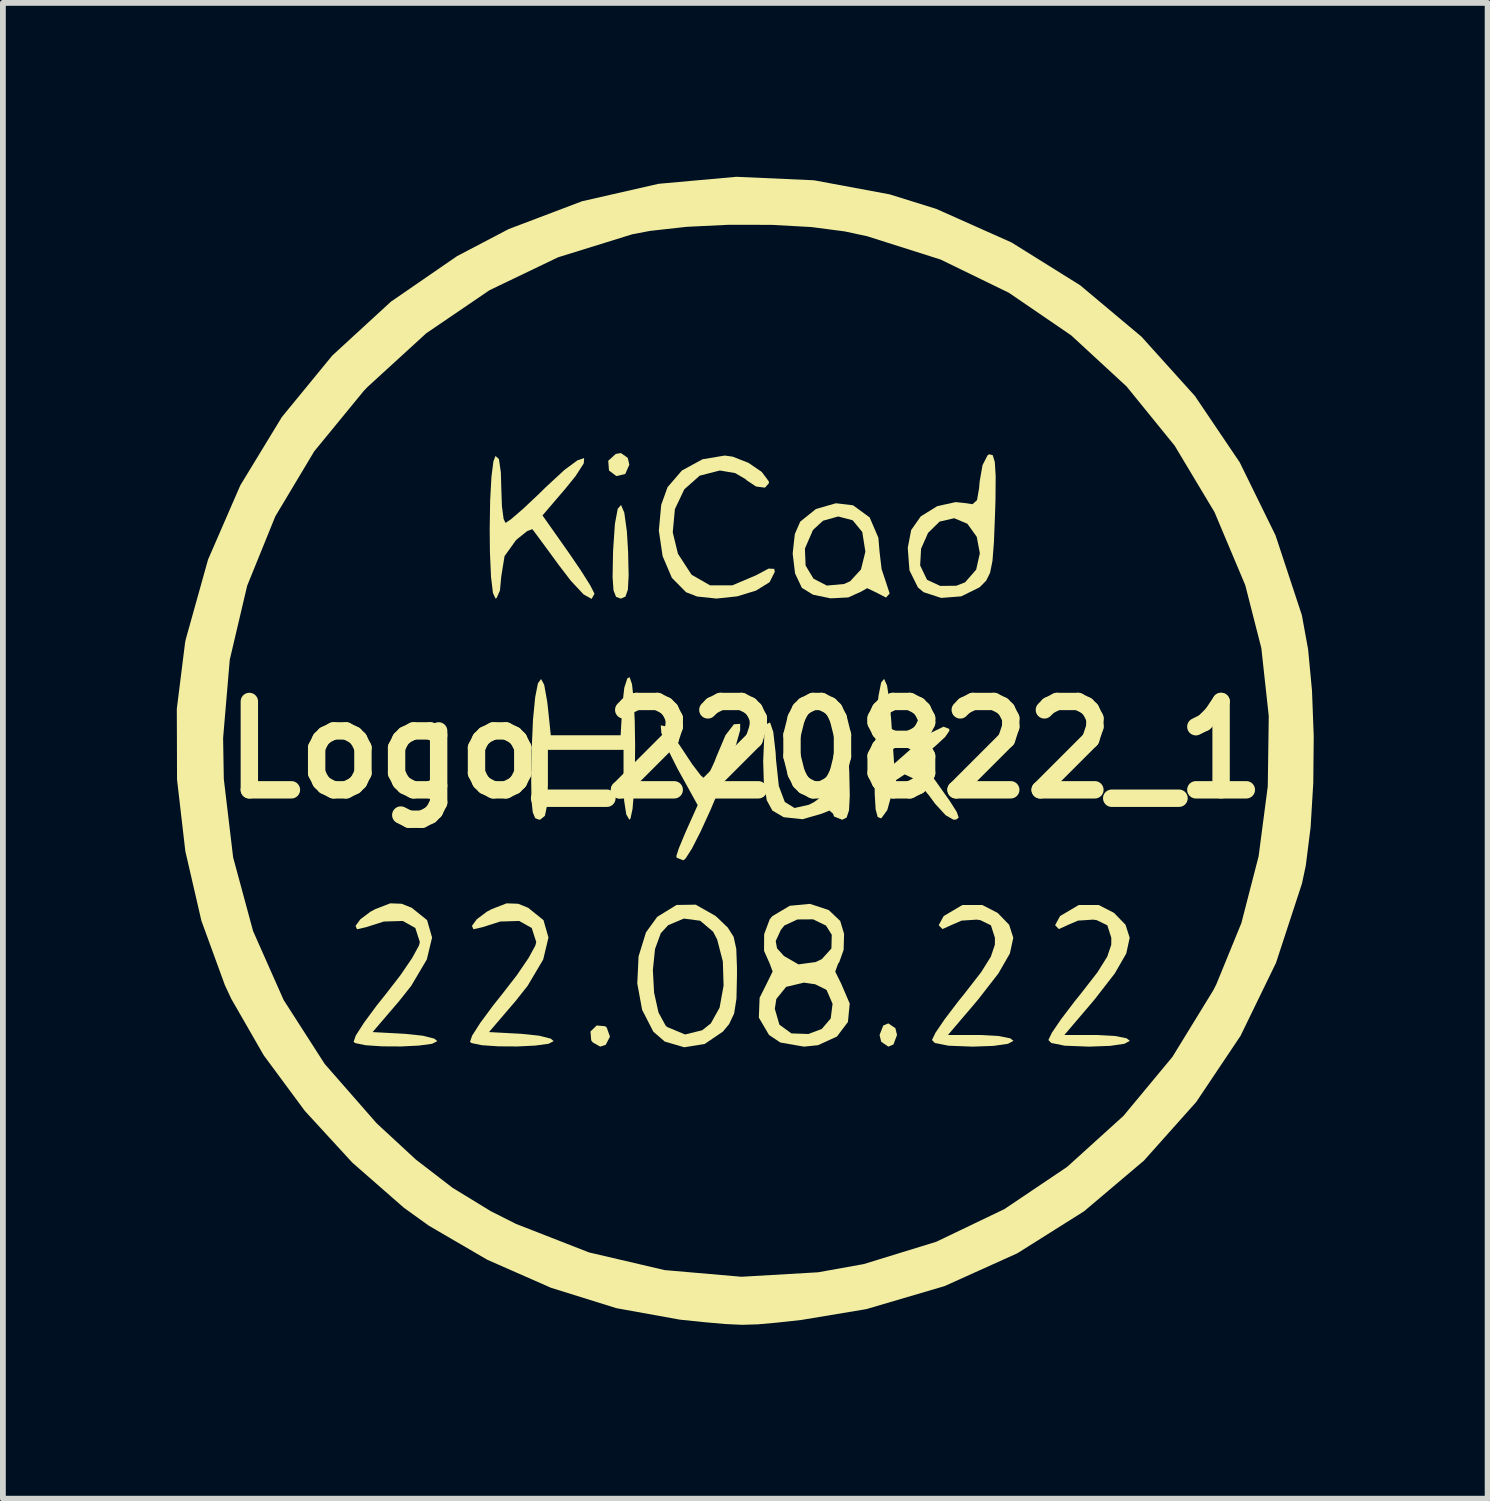
<source format=kicad_pcb>
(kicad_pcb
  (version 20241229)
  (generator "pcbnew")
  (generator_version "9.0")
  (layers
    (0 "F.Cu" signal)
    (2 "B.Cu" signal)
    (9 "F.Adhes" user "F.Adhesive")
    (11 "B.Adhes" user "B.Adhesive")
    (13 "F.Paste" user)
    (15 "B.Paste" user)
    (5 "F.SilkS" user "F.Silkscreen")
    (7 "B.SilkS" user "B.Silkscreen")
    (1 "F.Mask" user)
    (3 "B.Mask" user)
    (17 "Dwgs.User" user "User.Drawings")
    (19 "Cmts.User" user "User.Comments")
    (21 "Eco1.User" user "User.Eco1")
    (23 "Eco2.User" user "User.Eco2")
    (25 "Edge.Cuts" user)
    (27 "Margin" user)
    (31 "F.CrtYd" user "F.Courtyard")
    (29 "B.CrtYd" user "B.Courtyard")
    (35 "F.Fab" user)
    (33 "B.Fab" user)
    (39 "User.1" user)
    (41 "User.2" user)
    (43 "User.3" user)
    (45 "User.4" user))
  (footprint "Logo_220822_1"
    (layer "F.Cu")
    (at 9.815 9.886)
    (property "Reference" "Logo_220822_1" (at 0 0 0) (layer "F.SilkS") (effects (font (size 1.524 1.524) (thickness 0.3))))
    (attr board_only exclude_from_pos_files exclude_from_bom)
    (fp_poly (pts (xy -2.035 -5.037) (xy -2.008 -4.919) (xy -2.079 -4.758) (xy -2.232 -4.723) (xy -2.359 -4.819) (xy -2.372 -4.987) (xy -2.242 -5.105) (xy -2.153 -5.12)) (stroke (width 0) (type solid)) (fill yes) (layer "F.SilkS"))
    (fp_poly (pts (xy 2.582 4.802) (xy 2.61 4.919) (xy 2.548 5.083) (xy 2.46 5.12) (xy 2.337 5.036) (xy 2.309 4.919) (xy 2.372 4.756) (xy 2.46 4.719)) (stroke (width 0) (type solid)) (fill yes) (layer "F.SilkS"))
    (fp_poly (pts (xy -2.426 4.768) (xy -2.398 4.79) (xy -2.342 4.948) (xy -2.415 5.088) (xy -2.51 5.12) (xy -2.639 5.047) (xy -2.666 5.011) (xy -2.678 4.858) (xy -2.571 4.755)) (stroke (width 0) (type solid)) (fill yes) (layer "F.SilkS"))
    (fp_poly (pts (xy -2.095 -4.092) (xy -2.05 -3.765) (xy -2.029 -3.414) (xy -2.02 -3.008) (xy -2.033 -2.764) (xy -2.075 -2.644) (xy -2.152 -2.61) (xy -2.158 -2.61) (xy -2.237 -2.639) (xy -2.281 -2.75) (xy -2.297 -2.98) (xy -2.29 -3.368) (xy -2.288 -3.439) (xy -2.257 -3.898) (xy -2.208 -4.16) (xy -2.151 -4.224)) (stroke (width 0) (type solid)) (fill yes) (layer "F.SilkS"))
    (fp_poly (pts (xy -0.096 -0.34) (xy -0.165 -0.094) (xy -0.286 0.248) (xy -0.44 0.641) (xy -0.611 1.044) (xy -0.78 1.413) (xy -0.929 1.705) (xy -1.04 1.878) (xy -1.079 1.906) (xy -1.191 1.86) (xy -1.197 1.832) (xy -1.155 1.701) (xy -1.056 1.462) (xy -1.009 1.355) (xy -0.829 0.954) (xy -1.176 0.327) (xy -1.36 -0.039) (xy -1.456 -0.295) (xy -1.466 -0.423) (xy -1.394 -0.408) (xy -1.243 -0.234) (xy -1.104 -0.025) (xy -0.921 0.251) (xy -0.776 0.441) (xy -0.708 0.502) (xy -0.637 0.417) (xy -0.539 0.205) (xy -0.509 0.125) (xy -0.349 -0.253) (xy -0.204 -0.441) (xy -0.096 -0.449)) (stroke (width 0) (type solid)) (fill yes) (layer "F.SilkS"))
    (fp_poly (pts (xy 0.475 -0.31) (xy 0.516 0.05) (xy 0.522 0.165) (xy 0.571 0.624) (xy 0.674 0.899) (xy 0.842 1.003) (xy 1.088 0.948) (xy 1.181 0.9) (xy 1.343 0.783) (xy 1.436 0.62) (xy 1.488 0.348) (xy 1.506 0.171) (xy 1.556 -0.209) (xy 1.616 -0.394) (xy 1.678 -0.393) (xy 1.734 -0.21) (xy 1.774 0.148) (xy 1.786 0.376) (xy 1.795 0.791) (xy 1.782 1.043) (xy 1.741 1.168) (xy 1.668 1.205) (xy 1.661 1.205) (xy 1.524 1.15) (xy 1.506 1.101) (xy 1.444 1.048) (xy 1.312 1.101) (xy 0.981 1.197) (xy 0.655 1.162) (xy 0.459 1.047) (xy 0.363 0.87) (xy 0.312 0.558) (xy 0.301 0.194) (xy 0.319 -0.22) (xy 0.363 -0.444) (xy 0.419 -0.474)) (stroke (width 0) (type solid)) (fill yes) (layer "F.SilkS"))
    (fp_poly (pts (xy -5.935 2.655) (xy -5.761 2.725) (xy -5.497 2.938) (xy -5.411 3.238) (xy -5.502 3.617) (xy -5.77 4.07) (xy -5.979 4.334) (xy -6.437 4.869) (xy -5.879 4.899) (xy -5.575 4.931) (xy -5.372 4.982) (xy -5.321 5.025) (xy -5.411 5.071) (xy -5.64 5.102) (xy -5.948 5.117) (xy -6.274 5.115) (xy -6.557 5.096) (xy -6.736 5.059) (xy -6.765 5.038) (xy -6.728 4.93) (xy -6.586 4.708) (xy -6.365 4.409) (xy -6.219 4.226) (xy -5.957 3.888) (xy -5.754 3.59) (xy -5.638 3.377) (xy -5.622 3.316) (xy -5.7 3.073) (xy -5.916 2.952) (xy -6.244 2.962) (xy -6.551 3.06) (xy -6.706 3.095) (xy -6.731 3.036) (xy -6.647 2.922) (xy -6.474 2.792) (xy -6.389 2.747) (xy -6.133 2.648)) (stroke (width 0) (type solid)) (fill yes) (layer "F.SilkS"))
    (fp_poly (pts (xy -3.927 2.655) (xy -3.753 2.725) (xy -3.489 2.938) (xy -3.403 3.238) (xy -3.494 3.617) (xy -3.762 4.07) (xy -3.971 4.334) (xy -4.429 4.869) (xy -3.871 4.899) (xy -3.567 4.931) (xy -3.364 4.982) (xy -3.313 5.025) (xy -3.403 5.071) (xy -3.632 5.102) (xy -3.94 5.117) (xy -4.266 5.115) (xy -4.549 5.096) (xy -4.728 5.059) (xy -4.757 5.038) (xy -4.72 4.93) (xy -4.578 4.708) (xy -4.357 4.409) (xy -4.211 4.226) (xy -3.949 3.888) (xy -3.746 3.59) (xy -3.63 3.377) (xy -3.614 3.316) (xy -3.692 3.073) (xy -3.908 2.952) (xy -4.236 2.962) (xy -4.543 3.06) (xy -4.698 3.095) (xy -4.723 3.036) (xy -4.639 2.922) (xy -4.466 2.792) (xy -4.381 2.747) (xy -4.125 2.648)) (stroke (width 0) (type solid)) (fill yes) (layer "F.SilkS"))
    (fp_poly (pts (xy -0.225 -5.058) (xy 0.046 -4.952) (xy 0.276 -4.795) (xy 0.396 -4.635) (xy 0.402 -4.603) (xy 0.332 -4.523) (xy 0.177 -4.543) (xy 0.015 -4.651) (xy 0 -4.668) (xy -0.183 -4.775) (xy -0.447 -4.819) (xy -0.794 -4.73) (xy -1.06 -4.494) (xy -1.222 -4.153) (xy -1.259 -3.752) (xy -1.169 -3.382) (xy -0.934 -3.021) (xy -0.615 -2.838) (xy -0.231 -2.838) (xy 0.176 -3.011) (xy 0.395 -3.127) (xy 0.491 -3.122) (xy 0.502 -3.072) (xy 0.411 -2.892) (xy 0.177 -2.747) (xy -0.147 -2.648) (xy -0.504 -2.61) (xy -0.838 -2.645) (xy -1.029 -2.719) (xy -1.274 -2.967) (xy -1.434 -3.342) (xy -1.499 -3.782) (xy -1.458 -4.227) (xy -1.349 -4.531) (xy -1.101 -4.819) (xy -0.746 -5.013) (xy -0.362 -5.077)) (stroke (width 0) (type solid)) (fill yes) (layer "F.SilkS"))
    (fp_poly (pts (xy -1.962 -1.134) (xy -1.933 -0.869) (xy -1.915 -0.505) (xy -1.908 -0.086) (xy -1.912 0.339) (xy -1.927 0.724) (xy -1.953 1.022) (xy -1.989 1.187) (xy -2.008 1.205) (xy -2.061 1.113) (xy -2.098 0.874) (xy -2.108 0.602) (xy -2.108 0) (xy -3.413 0) (xy -3.413 0.602) (xy -3.425 0.95) (xy -3.465 1.138) (xy -3.544 1.203) (xy -3.567 1.205) (xy -3.632 1.179) (xy -3.674 1.079) (xy -3.696 0.874) (xy -3.701 0.534) (xy -3.693 0.025) (xy -3.693 -0.00035) (xy -3.67 -0.524) (xy -3.632 -0.91) (xy -3.585 -1.147) (xy -3.531 -1.222) (xy -3.477 -1.123) (xy -3.426 -0.839) (xy -3.413 -0.73) (xy -3.363 -0.251) (xy -2.158 -0.251) (xy -2.128 -0.781) (xy -2.095 -1.071) (xy -2.042 -1.235) (xy -2.003 -1.252)) (stroke (width 0) (type solid)) (fill yes) (layer "F.SilkS"))
    (fp_poly (pts (xy 1.851 -4.219) (xy 2.138 -4.01) (xy 2.288 -3.66) (xy 2.309 -3.413) (xy 2.344 -3.118) (xy 2.418 -2.896) (xy 2.483 -2.697) (xy 2.42 -2.627) (xy 2.257 -2.712) (xy 2.095 -2.789) (xy 1.984 -2.726) (xy 1.768 -2.629) (xy 1.463 -2.614) (xy 1.162 -2.676) (xy 0.969 -2.794) (xy 0.851 -3.043) (xy 0.81 -3.384) (xy 0.819 -3.472) (xy 1.021 -3.472) (xy 1.033 -3.179) (xy 1.169 -2.953) (xy 1.399 -2.834) (xy 1.696 -2.861) (xy 1.802 -2.909) (xy 1.988 -3.112) (xy 2.064 -3.419) (xy 2.011 -3.755) (xy 2.011 -3.758) (xy 1.845 -3.96) (xy 1.596 -4.026) (xy 1.334 -3.953) (xy 1.16 -3.793) (xy 1.021 -3.472) (xy 0.819 -3.472) (xy 0.847 -3.723) (xy 0.94 -3.937) (xy 1.211 -4.155) (xy 1.556 -4.254)) (stroke (width 0) (type solid)) (fill yes) (layer "F.SilkS"))
    (fp_poly (pts (xy 2.438 -1.11) (xy 2.484 -0.809) (xy 2.51 -0.507) (xy 2.56 0.24) (xy 2.925 -0.081) (xy 3.209 -0.302) (xy 3.412 -0.399) (xy 3.509 -0.363) (xy 3.514 -0.33) (xy 3.443 -0.225) (xy 3.271 -0.065) (xy 3.256 -0.053) (xy 2.999 0.152) (xy 3.287 0.553) (xy 3.516 0.876) (xy 3.64 1.07) (xy 3.674 1.168) (xy 3.632 1.202) (xy 3.583 1.205) (xy 3.448 1.127) (xy 3.266 0.929) (xy 3.17 0.797) (xy 2.938 0.516) (xy 2.742 0.424) (xy 2.596 0.52) (xy 2.51 0.796) (xy 2.442 1.039) (xy 2.343 1.176) (xy 2.331 1.181) (xy 2.276 1.158) (xy 2.241 1.026) (xy 2.225 0.761) (xy 2.224 0.336) (xy 2.231 0.009) (xy 2.254 -0.536) (xy 2.29 -0.929) (xy 2.336 -1.161) (xy 2.387 -1.224)) (stroke (width 0) (type solid)) (fill yes) (layer "F.SilkS"))
    (fp_poly (pts (xy 4.346 2.813) (xy 4.544 3.017) (xy 4.616 3.242) (xy 4.557 3.513) (xy 4.359 3.857) (xy 4.016 4.299) (xy 3.938 4.392) (xy 3.489 4.919) (xy 4.054 4.919) (xy 4.36 4.936) (xy 4.565 4.977) (xy 4.618 5.02) (xy 4.525 5.071) (xy 4.276 5.107) (xy 3.916 5.12) (xy 3.915 5.12) (xy 3.497 5.104) (xy 3.263 5.057) (xy 3.213 5.006) (xy 3.273 4.881) (xy 3.433 4.646) (xy 3.664 4.342) (xy 3.772 4.208) (xy 4.061 3.836) (xy 4.229 3.567) (xy 4.298 3.362) (xy 4.299 3.243) (xy 4.23 3.027) (xy 4.047 2.938) (xy 3.985 2.929) (xy 3.724 2.946) (xy 3.556 3.019) (xy 3.394 3.092) (xy 3.329 3.025) (xy 3.411 2.874) (xy 3.419 2.865) (xy 3.737 2.677) (xy 4.082 2.677)) (stroke (width 0) (type solid)) (fill yes) (layer "F.SilkS"))
    (fp_poly (pts (xy 6.354 2.813) (xy 6.552 3.017) (xy 6.624 3.242) (xy 6.565 3.513) (xy 6.367 3.857) (xy 6.024 4.299) (xy 5.946 4.392) (xy 5.497 4.919) (xy 6.062 4.919) (xy 6.368 4.936) (xy 6.573 4.977) (xy 6.626 5.02) (xy 6.533 5.071) (xy 6.284 5.107) (xy 5.924 5.12) (xy 5.923 5.12) (xy 5.505 5.104) (xy 5.271 5.057) (xy 5.221 5.006) (xy 5.281 4.881) (xy 5.441 4.646) (xy 5.672 4.342) (xy 5.78 4.208) (xy 6.069 3.836) (xy 6.237 3.567) (xy 6.306 3.362) (xy 6.307 3.243) (xy 6.238 3.027) (xy 6.055 2.938) (xy 5.993 2.929) (xy 5.732 2.946) (xy 5.563 3.019) (xy 5.402 3.092) (xy 5.337 3.025) (xy 5.419 2.874) (xy 5.427 2.865) (xy 5.744 2.677) (xy 6.09 2.677)) (stroke (width 0) (type solid)) (fill yes) (layer "F.SilkS"))
    (fp_poly (pts (xy -0.523 2.864) (xy -0.488 2.895) (xy -0.31 3.066) (xy -0.209 3.225) (xy -0.163 3.434) (xy -0.151 3.759) (xy -0.151 3.899) (xy -0.16 4.292) (xy -0.2 4.549) (xy -0.287 4.732) (xy -0.394 4.861) (xy -0.708 5.074) (xy -1.063 5.131) (xy -1.398 5.032) (xy -1.594 4.862) (xy -1.787 4.486) (xy -1.871 4.031) (xy -1.86 3.8) (xy -1.602 3.8) (xy -1.581 4.188) (xy -1.505 4.531) (xy -1.381 4.759) (xy -1.354 4.782) (xy -1.047 4.91) (xy -0.752 4.838) (xy -0.602 4.719) (xy -0.451 4.448) (xy -0.382 4.067) (xy -0.395 3.65) (xy -0.493 3.271) (xy -0.563 3.137) (xy -0.786 2.948) (xy -1.068 2.911) (xy -1.338 3.025) (xy -1.465 3.163) (xy -1.565 3.436) (xy -1.602 3.8) (xy -1.86 3.8) (xy -1.849 3.564) (xy -1.721 3.149) (xy -1.527 2.881) (xy -1.194 2.676) (xy -0.863 2.671)) (stroke (width 0) (type solid)) (fill yes) (layer "F.SilkS"))
    (fp_poly (pts (xy -4.258 -5.017) (xy -4.224 -4.784) (xy -4.217 -4.524) (xy -4.206 -4.204) (xy -4.177 -3.984) (xy -4.144 -3.915) (xy -4.045 -3.982) (xy -3.841 -4.158) (xy -3.571 -4.412) (xy -3.453 -4.528) (xy -3.13 -4.827) (xy -2.903 -4.995) (xy -2.788 -5.033) (xy -2.794 -4.942) (xy -2.936 -4.722) (xy -3.115 -4.501) (xy -3.506 -4.044) (xy -3.058 -3.408) (xy -2.845 -3.096) (xy -2.687 -2.846) (xy -2.613 -2.703) (xy -2.61 -2.691) (xy -2.659 -2.604) (xy -2.798 -2.682) (xy -3.018 -2.918) (xy -3.225 -3.188) (xy -3.437 -3.478) (xy -3.6 -3.699) (xy -3.679 -3.805) (xy -3.681 -3.807) (xy -3.768 -3.775) (xy -3.937 -3.641) (xy -3.966 -3.614) (xy -4.161 -3.341) (xy -4.217 -2.994) (xy -4.24 -2.749) (xy -4.298 -2.618) (xy -4.317 -2.61) (xy -4.361 -2.707) (xy -4.394 -2.981) (xy -4.413 -3.409) (xy -4.417 -3.809) (xy -4.409 -4.309) (xy -4.387 -4.709) (xy -4.353 -4.976) (xy -4.317 -5.07)) (stroke (width 0) (type solid)) (fill yes) (layer "F.SilkS"))
    (fp_poly (pts (xy 4.261 -5.083) (xy 4.297 -4.967) (xy 4.312 -4.722) (xy 4.309 -4.319) (xy 4.301 -4.068) (xy 4.282 -3.586) (xy 4.257 -3.261) (xy 4.215 -3.053) (xy 4.148 -2.919) (xy 4.047 -2.816) (xy 4.03 -2.802) (xy 3.718 -2.648) (xy 3.371 -2.621) (xy 3.068 -2.72) (xy 2.971 -2.801) (xy 2.825 -3.096) (xy 2.818 -3.181) (xy 3.009 -3.181) (xy 3.126 -2.938) (xy 3.132 -2.932) (xy 3.355 -2.828) (xy 3.633 -2.831) (xy 3.784 -2.89) (xy 3.975 -3.108) (xy 4.039 -3.391) (xy 3.985 -3.676) (xy 3.824 -3.9) (xy 3.597 -3.996) (xy 3.345 -3.938) (xy 3.145 -3.742) (xy 3.025 -3.47) (xy 3.009 -3.181) (xy 2.818 -3.181) (xy 2.795 -3.484) (xy 2.854 -3.792) (xy 3.02 -4.028) (xy 3.304 -4.204) (xy 3.621 -4.274) (xy 3.758 -4.26) (xy 3.913 -4.238) (xy 3.99 -4.308) (xy 4.026 -4.515) (xy 4.035 -4.626) (xy 4.085 -4.912) (xy 4.172 -5.081) (xy 4.201 -5.099)) (stroke (width 0) (type solid)) (fill yes) (layer "F.SilkS"))
    (fp_poly (pts (xy 1.433 2.765) (xy 1.63 2.952) (xy 1.697 3.175) (xy 1.689 3.451) (xy 1.612 3.666) (xy 1.595 3.686) (xy 1.544 3.826) (xy 1.645 4.03) (xy 1.794 4.377) (xy 1.763 4.695) (xy 1.574 4.946) (xy 1.247 5.095) (xy 1.004 5.12) (xy 0.597 5.049) (xy 0.402 4.919) (xy 0.226 4.619) (xy 0.232 4.468) (xy 0.502 4.468) (xy 0.581 4.741) (xy 0.788 4.892) (xy 1.081 4.902) (xy 1.312 4.815) (xy 1.466 4.634) (xy 1.498 4.381) (xy 1.398 4.15) (xy 1.385 4.136) (xy 1.198 4.044) (xy 1.004 4.016) (xy 0.697 4.089) (xy 0.528 4.298) (xy 0.502 4.468) (xy 0.232 4.468) (xy 0.239 4.278) (xy 0.363 4.03) (xy 0.464 3.824) (xy 0.413 3.686) (xy 0.316 3.468) (xy 0.317 3.299) (xy 0.517 3.299) (xy 0.54 3.424) (xy 0.66 3.557) (xy 0.91 3.701) (xy 1.205 3.661) (xy 1.312 3.611) (xy 1.478 3.427) (xy 1.484 3.19) (xy 1.385 3.032) (xy 1.163 2.924) (xy 0.892 2.926) (xy 0.666 3.031) (xy 0.606 3.106) (xy 0.517 3.299) (xy 0.317 3.299) (xy 0.318 3.18) (xy 0.414 2.923) (xy 0.459 2.869) (xy 0.76 2.69) (xy 1.108 2.657)) (stroke (width 0) (type solid)) (fill yes) (layer "F.SilkS"))
    (fp_poly (pts (xy 1.177 -9.826) (xy 2.483 -9.583) (xy 3.288 -9.332) (xy 4.586 -8.753) (xy 5.769 -8.015) (xy 6.826 -7.129) (xy 7.748 -6.106) (xy 8.522 -4.96) (xy 9.14 -3.7) (xy 9.589 -2.34) (xy 9.597 -2.309) (xy 9.702 -1.734) (xy 9.769 -1.021) (xy 9.799 -0.233) (xy 9.791 0.573) (xy 9.745 1.336) (xy 9.662 1.996) (xy 9.596 2.307) (xy 9.148 3.675) (xy 8.536 4.934) (xy 7.772 6.075) (xy 6.869 7.087) (xy 5.836 7.961) (xy 4.686 8.685) (xy 3.431 9.251) (xy 2.082 9.648) (xy 0.954 9.836) (xy 0.523 9.883) (xy 0.205 9.911) (xy -0.063 9.919) (xy -0.348 9.906) (xy -0.712 9.874) (xy -1.136 9.83) (xy -2.232 9.632) (xy -3.36 9.28) (xy -4.458 8.797) (xy -5.467 8.209) (xy -5.898 7.899) (xy -6.787 7.121) (xy -7.606 6.229) (xy -8.315 5.27) (xy -8.876 4.294) (xy -8.986 4.058) (xy -9.391 2.947) (xy -9.668 1.747) (xy -9.811 0.511) (xy -9.813 -0.204) (xy -9.016 -0.204) (xy -9.004 0.502) (xy -8.843 1.855) (xy -8.499 3.126) (xy -7.972 4.315) (xy -7.263 5.419) (xy -6.373 6.436) (xy -6.358 6.451) (xy -5.691 7.068) (xy -5.057 7.556) (xy -4.396 7.96) (xy -3.966 8.177) (xy -2.704 8.67) (xy -1.399 8.975) (xy -0.074 9.09) (xy 1.248 9.013) (xy 2.037 8.871) (xy 3.288 8.486) (xy 4.462 7.923) (xy 5.544 7.195) (xy 6.516 6.315) (xy 7.361 5.297) (xy 8.063 4.153) (xy 8.118 4.046) (xy 8.55 2.99) (xy 8.848 1.836) (xy 9.006 0.63) (xy 9.023 -0.582) (xy 8.895 -1.755) (xy 8.618 -2.84) (xy 8.087 -4.101) (xy 7.4 -5.247) (xy 6.571 -6.268) (xy 5.614 -7.151) (xy 4.54 -7.885) (xy 3.363 -8.458) (xy 2.097 -8.86) (xy 1.707 -8.944) (xy 1.133 -9.019) (xy 0.442 -9.057) (xy -0.298 -9.058) (xy -1.018 -9.023) (xy -1.649 -8.953) (xy -1.958 -8.894) (xy -3.238 -8.497) (xy -4.419 -7.93) (xy -5.511 -7.187) (xy -6.525 -6.26) (xy -6.588 -6.194) (xy -7.444 -5.15) (xy -8.115 -4.029) (xy -8.601 -2.831) (xy -8.901 -1.556) (xy -9.016 -0.204) (xy -9.813 -0.204) (xy -9.815 -0.706) (xy -9.672 -1.849) (xy -9.66 -1.908) (xy -9.276 -3.282) (xy -8.719 -4.564) (xy -8.002 -5.742) (xy -7.133 -6.802) (xy -6.122 -7.731) (xy -4.981 -8.517) (xy -4.09 -8.984) (xy -2.824 -9.464) (xy -1.505 -9.765) (xy -0.162 -9.886)) (stroke (width 0) (type solid)) (fill yes) (layer "F.SilkS")))
  (gr_rect
    (start -3 -3)
    (end 22.614 22.805)
    (stroke (width 0.1) (type default))
    (fill no)
    (layer "Edge.Cuts")))
</source>
